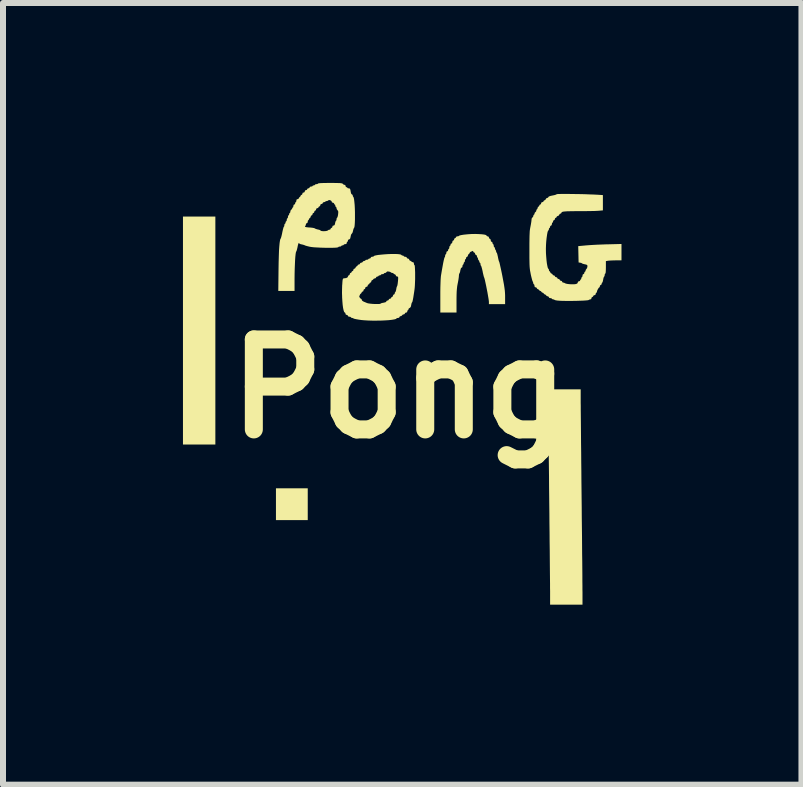
<source format=kicad_pcb>
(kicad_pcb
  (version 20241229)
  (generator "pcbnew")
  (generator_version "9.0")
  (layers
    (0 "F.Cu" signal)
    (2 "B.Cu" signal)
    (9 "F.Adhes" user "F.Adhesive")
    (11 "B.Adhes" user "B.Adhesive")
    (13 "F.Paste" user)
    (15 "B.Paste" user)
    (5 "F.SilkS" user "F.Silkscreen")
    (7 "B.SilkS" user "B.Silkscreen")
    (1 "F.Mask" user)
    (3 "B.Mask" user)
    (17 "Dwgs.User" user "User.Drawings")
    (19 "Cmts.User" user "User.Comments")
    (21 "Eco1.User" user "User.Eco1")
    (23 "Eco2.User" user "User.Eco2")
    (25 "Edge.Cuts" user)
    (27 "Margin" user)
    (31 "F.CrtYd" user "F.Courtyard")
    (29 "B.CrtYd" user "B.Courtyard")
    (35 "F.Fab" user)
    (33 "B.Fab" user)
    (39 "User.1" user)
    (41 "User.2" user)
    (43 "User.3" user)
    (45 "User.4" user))
  (footprint "Pong"
    (layer "F.Cu")
    (at 3.61 3.43)
    (property "Reference" "Pong" (at 0 0 0) (layer "F.SilkS") (effects (font (size 1.5 1.5) (thickness 0.3))))
    (attr board_only exclude_from_pos_files exclude_from_bom)
    (fp_poly (pts (xy -3.07 -0.97) (xy -3.07 0.93) (xy -3.34 0.93) (xy -3.61 0.93) (xy -3.61 -0.97) (xy -3.61 -2.87) (xy -3.34 -2.87) (xy -3.07 -2.87)) (stroke (width 0) (type solid)) (fill yes) (layer "F.SilkS"))
    (fp_poly (pts (xy -1.53 1.925) (xy -1.53 2.19) (xy -1.795 2.19) (xy -2.06 2.19) (xy -2.06 1.925) (xy -2.06 1.66) (xy -1.795 1.66) (xy -1.53 1.66)) (stroke (width 0) (type solid)) (fill yes) (layer "F.SilkS"))
    (fp_poly (pts (xy 3.02 0.203) (xy 3.02 0.236) (xy 3.021 0.287) (xy 3.021 0.357) (xy 3.022 0.442) (xy 3.023 0.541) (xy 3.024 0.654) (xy 3.025 0.779) (xy 3.026 0.915) (xy 3.028 1.06) (xy 3.029 1.213) (xy 3.031 1.372) (xy 3.032 1.536) (xy 3.034 1.705) (xy 3.035 1.805) (xy 3.037 1.975) (xy 3.038 2.142) (xy 3.04 2.305) (xy 3.042 2.462) (xy 3.043 2.611) (xy 3.044 2.752) (xy 3.046 2.884) (xy 3.047 3.004) (xy 3.048 3.112) (xy 3.048 3.205) (xy 3.049 3.284) (xy 3.049 3.346) (xy 3.05 3.39) (xy 3.05 3.408) (xy 3.05 3.6) (xy 2.78 3.6) (xy 2.51 3.6) (xy 2.51 3.408) (xy 2.51 3.374) (xy 2.509 3.323) (xy 2.509 3.253) (xy 2.508 3.168) (xy 2.507 3.069) (xy 2.506 2.956) (xy 2.505 2.831) (xy 2.504 2.695) (xy 2.502 2.55) (xy 2.501 2.397) (xy 2.499 2.238) (xy 2.498 2.074) (xy 2.496 1.905) (xy 2.495 1.805) (xy 2.493 1.635) (xy 2.492 1.468) (xy 2.49 1.305) (xy 2.488 1.148) (xy 2.487 0.999) (xy 2.486 0.858) (xy 2.484 0.726) (xy 2.483 0.606) (xy 2.482 0.498) (xy 2.482 0.405) (xy 2.481 0.326) (xy 2.481 0.264) (xy 2.48 0.22) (xy 2.48 0.203) (xy 2.48 0.01) (xy 2.75 0.01) (xy 3.02 0.01)) (stroke (width 0) (type solid)) (fill yes) (layer "F.SilkS"))
    (fp_poly (pts (xy 1.32 -2.578) (xy 1.37 -2.575) (xy 1.411 -2.57) (xy 1.439 -2.563) (xy 1.45 -2.554) (xy 1.45 -2.554) (xy 1.458 -2.543) (xy 1.47 -2.54) (xy 1.487 -2.533) (xy 1.49 -2.52) (xy 1.496 -2.504) (xy 1.505 -2.5) (xy 1.517 -2.491) (xy 1.52 -2.475) (xy 1.525 -2.455) (xy 1.535 -2.45) (xy 1.547 -2.442) (xy 1.55 -2.43) (xy 1.554 -2.414) (xy 1.56 -2.41) (xy 1.568 -2.401) (xy 1.57 -2.385) (xy 1.573 -2.366) (xy 1.58 -2.36) (xy 1.588 -2.352) (xy 1.59 -2.341) (xy 1.595 -2.321) (xy 1.6 -2.315) (xy 1.608 -2.301) (xy 1.61 -2.289) (xy 1.614 -2.273) (xy 1.618 -2.27) (xy 1.624 -2.261) (xy 1.631 -2.237) (xy 1.639 -2.203) (xy 1.64 -2.197) (xy 1.647 -2.162) (xy 1.654 -2.134) (xy 1.659 -2.12) (xy 1.66 -2.12) (xy 1.664 -2.109) (xy 1.671 -2.081) (xy 1.68 -2.04) (xy 1.692 -1.987) (xy 1.705 -1.925) (xy 1.714 -1.88) (xy 1.729 -1.8) (xy 1.741 -1.735) (xy 1.749 -1.682) (xy 1.755 -1.637) (xy 1.758 -1.597) (xy 1.76 -1.556) (xy 1.76 -1.528) (xy 1.76 -1.41) (xy 1.625 -1.41) (xy 1.49 -1.41) (xy 1.49 -1.448) (xy 1.488 -1.469) (xy 1.483 -1.504) (xy 1.475 -1.55) (xy 1.466 -1.603) (xy 1.455 -1.659) (xy 1.444 -1.715) (xy 1.433 -1.766) (xy 1.424 -1.808) (xy 1.416 -1.839) (xy 1.411 -1.855) (xy 1.41 -1.855) (xy 1.405 -1.869) (xy 1.398 -1.897) (xy 1.389 -1.935) (xy 1.385 -1.958) (xy 1.376 -1.997) (xy 1.367 -2.029) (xy 1.361 -2.047) (xy 1.358 -2.05) (xy 1.352 -2.059) (xy 1.35 -2.075) (xy 1.347 -2.094) (xy 1.34 -2.1) (xy 1.332 -2.108) (xy 1.33 -2.12) (xy 1.326 -2.136) (xy 1.32 -2.14) (xy 1.312 -2.148) (xy 1.31 -2.159) (xy 1.305 -2.179) (xy 1.3 -2.185) (xy 1.292 -2.199) (xy 1.29 -2.211) (xy 1.284 -2.226) (xy 1.275 -2.23) (xy 1.263 -2.238) (xy 1.26 -2.25) (xy 1.254 -2.266) (xy 1.245 -2.27) (xy 1.232 -2.278) (xy 1.23 -2.286) (xy 1.224 -2.297) (xy 1.218 -2.296) (xy 1.197 -2.287) (xy 1.188 -2.284) (xy 1.173 -2.273) (xy 1.17 -2.265) (xy 1.162 -2.251) (xy 1.155 -2.246) (xy 1.143 -2.233) (xy 1.14 -2.22) (xy 1.134 -2.204) (xy 1.125 -2.2) (xy 1.113 -2.192) (xy 1.11 -2.18) (xy 1.106 -2.164) (xy 1.1 -2.16) (xy 1.092 -2.151) (xy 1.09 -2.135) (xy 1.087 -2.116) (xy 1.08 -2.11) (xy 1.072 -2.102) (xy 1.07 -2.09) (xy 1.066 -2.074) (xy 1.06 -2.07) (xy 1.052 -2.061) (xy 1.05 -2.045) (xy 1.045 -2.025) (xy 1.036 -2.02) (xy 1.024 -2.01) (xy 1.016 -1.982) (xy 1.014 -1.975) (xy 1.009 -1.947) (xy 1.002 -1.928) (xy 0.999 -1.924) (xy 0.993 -1.911) (xy 0.99 -1.888) (xy 0.99 -1.886) (xy 0.988 -1.861) (xy 0.983 -1.824) (xy 0.975 -1.779) (xy 0.97 -1.755) (xy 0.962 -1.713) (xy 0.957 -1.67) (xy 0.953 -1.623) (xy 0.951 -1.566) (xy 0.95 -1.495) (xy 0.95 -1.464) (xy 0.95 -1.27) (xy 0.815 -1.27) (xy 0.68 -1.27) (xy 0.68 -1.541) (xy 0.68 -1.617) (xy 0.681 -1.69) (xy 0.683 -1.756) (xy 0.685 -1.812) (xy 0.688 -1.855) (xy 0.69 -1.879) (xy 0.704 -1.963) (xy 0.717 -2.036) (xy 0.728 -2.097) (xy 0.738 -2.144) (xy 0.746 -2.176) (xy 0.751 -2.19) (xy 0.752 -2.19) (xy 0.758 -2.199) (xy 0.76 -2.215) (xy 0.763 -2.234) (xy 0.77 -2.24) (xy 0.778 -2.249) (xy 0.78 -2.265) (xy 0.785 -2.285) (xy 0.795 -2.29) (xy 0.807 -2.298) (xy 0.81 -2.31) (xy 0.814 -2.326) (xy 0.82 -2.33) (xy 0.828 -2.339) (xy 0.83 -2.355) (xy 0.833 -2.374) (xy 0.84 -2.38) (xy 0.848 -2.388) (xy 0.85 -2.4) (xy 0.856 -2.416) (xy 0.865 -2.42) (xy 0.877 -2.429) (xy 0.88 -2.445) (xy 0.885 -2.465) (xy 0.895 -2.47) (xy 0.907 -2.478) (xy 0.91 -2.49) (xy 0.916 -2.506) (xy 0.925 -2.51) (xy 0.938 -2.518) (xy 0.94 -2.525) (xy 0.949 -2.537) (xy 0.964 -2.54) (xy 0.984 -2.543) (xy 0.992 -2.549) (xy 1.002 -2.555) (xy 1.028 -2.561) (xy 1.064 -2.567) (xy 1.08 -2.569) (xy 1.139 -2.575) (xy 1.201 -2.579) (xy 1.262 -2.58)) (stroke (width 0) (type solid)) (fill yes) (layer "F.SilkS"))
    (fp_poly (pts (xy -0.035 -2.245) (xy 0.001 -2.241) (xy 0.023 -2.236) (xy 0.028 -2.232) (xy 0.04 -2.222) (xy 0.051 -2.22) (xy 0.067 -2.216) (xy 0.07 -2.21) (xy 0.079 -2.202) (xy 0.095 -2.2) (xy 0.115 -2.195) (xy 0.12 -2.185) (xy 0.128 -2.173) (xy 0.14 -2.17) (xy 0.157 -2.163) (xy 0.16 -2.154) (xy 0.168 -2.139) (xy 0.18 -2.133) (xy 0.196 -2.125) (xy 0.2 -2.119) (xy 0.208 -2.112) (xy 0.22 -2.11) (xy 0.236 -2.104) (xy 0.24 -2.085) (xy 0.243 -2.066) (xy 0.25 -2.06) (xy 0.254 -2.051) (xy 0.256 -2.025) (xy 0.258 -1.986) (xy 0.26 -1.938) (xy 0.26 -1.884) (xy 0.26 -1.828) (xy 0.258 -1.773) (xy 0.256 -1.723) (xy 0.253 -1.682) (xy 0.25 -1.656) (xy 0.244 -1.614) (xy 0.236 -1.563) (xy 0.229 -1.518) (xy 0.222 -1.481) (xy 0.216 -1.454) (xy 0.21 -1.441) (xy 0.209 -1.44) (xy 0.203 -1.431) (xy 0.197 -1.409) (xy 0.195 -1.396) (xy 0.187 -1.364) (xy 0.174 -1.349) (xy 0.169 -1.347) (xy 0.153 -1.336) (xy 0.15 -1.326) (xy 0.145 -1.312) (xy 0.14 -1.31) (xy 0.132 -1.302) (xy 0.13 -1.29) (xy 0.123 -1.273) (xy 0.11 -1.27) (xy 0.094 -1.264) (xy 0.09 -1.255) (xy 0.082 -1.243) (xy 0.07 -1.24) (xy 0.05 -1.233) (xy 0.044 -1.225) (xy 0.03 -1.212) (xy 0.019 -1.21) (xy 0.003 -1.203) (xy 0 -1.195) (xy -0.009 -1.183) (xy -0.025 -1.18) (xy -0.044 -1.177) (xy -0.05 -1.172) (xy -0.06 -1.163) (xy -0.086 -1.156) (xy -0.127 -1.149) (xy -0.18 -1.143) (xy -0.242 -1.139) (xy -0.31 -1.136) (xy -0.381 -1.135) (xy -0.453 -1.135) (xy -0.523 -1.137) (xy -0.587 -1.141) (xy -0.634 -1.145) (xy -0.682 -1.152) (xy -0.722 -1.159) (xy -0.751 -1.165) (xy -0.764 -1.17) (xy -0.782 -1.179) (xy -0.792 -1.18) (xy -0.807 -1.185) (xy -0.81 -1.19) (xy -0.819 -1.198) (xy -0.835 -1.2) (xy -0.855 -1.205) (xy -0.86 -1.215) (xy -0.868 -1.227) (xy -0.88 -1.23) (xy -0.897 -1.237) (xy -0.9 -1.25) (xy -0.906 -1.266) (xy -0.913 -1.27) (xy -0.923 -1.28) (xy -0.932 -1.306) (xy -0.941 -1.347) (xy -0.948 -1.399) (xy -0.953 -1.46) (xy -0.957 -1.526) (xy -0.957 -1.542) (xy -0.672 -1.542) (xy -0.667 -1.525) (xy -0.654 -1.507) (xy -0.642 -1.5) (xy -0.632 -1.492) (xy -0.63 -1.482) (xy -0.621 -1.466) (xy -0.598 -1.452) (xy -0.598 -1.452) (xy -0.569 -1.44) (xy -0.545 -1.43) (xy -0.545 -1.429) (xy -0.522 -1.423) (xy -0.488 -1.418) (xy -0.447 -1.414) (xy -0.404 -1.412) (xy -0.365 -1.412) (xy -0.334 -1.413) (xy -0.317 -1.417) (xy -0.316 -1.419) (xy -0.303 -1.426) (xy -0.278 -1.432) (xy -0.265 -1.434) (xy -0.233 -1.442) (xy -0.22 -1.453) (xy -0.22 -1.456) (xy -0.212 -1.467) (xy -0.2 -1.47) (xy -0.184 -1.476) (xy -0.18 -1.485) (xy -0.172 -1.497) (xy -0.16 -1.5) (xy -0.144 -1.506) (xy -0.14 -1.515) (xy -0.132 -1.528) (xy -0.125 -1.53) (xy -0.113 -1.538) (xy -0.11 -1.55) (xy -0.104 -1.566) (xy -0.095 -1.57) (xy -0.083 -1.578) (xy -0.08 -1.59) (xy -0.076 -1.606) (xy -0.071 -1.61) (xy -0.065 -1.619) (xy -0.058 -1.642) (xy -0.055 -1.657) (xy -0.05 -1.686) (xy -0.043 -1.706) (xy -0.04 -1.71) (xy -0.036 -1.722) (xy -0.031 -1.748) (xy -0.027 -1.784) (xy -0.026 -1.792) (xy -0.023 -1.831) (xy -0.023 -1.854) (xy -0.026 -1.866) (xy -0.033 -1.87) (xy -0.04 -1.87) (xy -0.057 -1.877) (xy -0.06 -1.886) (xy -0.068 -1.901) (xy -0.08 -1.907) (xy -0.096 -1.915) (xy -0.1 -1.921) (xy -0.108 -1.928) (xy -0.119 -1.93) (xy -0.137 -1.934) (xy -0.142 -1.938) (xy -0.153 -1.946) (xy -0.175 -1.953) (xy -0.178 -1.953) (xy -0.203 -1.955) (xy -0.215 -1.947) (xy -0.216 -1.945) (xy -0.23 -1.932) (xy -0.241 -1.93) (xy -0.257 -1.926) (xy -0.26 -1.92) (xy -0.269 -1.912) (xy -0.285 -1.91) (xy -0.304 -1.907) (xy -0.31 -1.9) (xy -0.318 -1.892) (xy -0.33 -1.89) (xy -0.346 -1.886) (xy -0.35 -1.88) (xy -0.358 -1.872) (xy -0.37 -1.87) (xy -0.386 -1.864) (xy -0.39 -1.855) (xy -0.398 -1.843) (xy -0.41 -1.84) (xy -0.43 -1.833) (xy -0.436 -1.825) (xy -0.449 -1.812) (xy -0.456 -1.81) (xy -0.467 -1.802) (xy -0.47 -1.79) (xy -0.476 -1.774) (xy -0.485 -1.77) (xy -0.498 -1.762) (xy -0.5 -1.755) (xy -0.508 -1.742) (xy -0.515 -1.74) (xy -0.527 -1.732) (xy -0.53 -1.72) (xy -0.537 -1.703) (xy -0.55 -1.7) (xy -0.567 -1.693) (xy -0.57 -1.68) (xy -0.576 -1.664) (xy -0.585 -1.66) (xy -0.597 -1.652) (xy -0.6 -1.64) (xy -0.606 -1.624) (xy -0.615 -1.62) (xy -0.628 -1.613) (xy -0.63 -1.606) (xy -0.638 -1.591) (xy -0.645 -1.586) (xy -0.658 -1.573) (xy -0.66 -1.565) (xy -0.665 -1.552) (xy -0.669 -1.55) (xy -0.672 -1.542) (xy -0.957 -1.542) (xy -0.959 -1.596) (xy -0.958 -1.665) (xy -0.956 -1.73) (xy -0.955 -1.732) (xy -0.952 -1.78) (xy -0.949 -1.811) (xy -0.944 -1.829) (xy -0.939 -1.837) (xy -0.93 -1.84) (xy -0.927 -1.84) (xy -0.889 -1.845) (xy -0.866 -1.857) (xy -0.86 -1.871) (xy -0.853 -1.887) (xy -0.845 -1.89) (xy -0.833 -1.898) (xy -0.83 -1.91) (xy -0.824 -1.926) (xy -0.815 -1.93) (xy -0.802 -1.938) (xy -0.8 -1.945) (xy -0.792 -1.958) (xy -0.785 -1.96) (xy -0.773 -1.968) (xy -0.77 -1.98) (xy -0.763 -1.997) (xy -0.754 -2) (xy -0.739 -2.008) (xy -0.733 -2.02) (xy -0.723 -2.036) (xy -0.714 -2.04) (xy -0.702 -2.048) (xy -0.7 -2.055) (xy -0.692 -2.067) (xy -0.68 -2.07) (xy -0.664 -2.076) (xy -0.66 -2.085) (xy -0.652 -2.097) (xy -0.64 -2.1) (xy -0.62 -2.107) (xy -0.614 -2.115) (xy -0.6 -2.128) (xy -0.589 -2.13) (xy -0.573 -2.134) (xy -0.57 -2.14) (xy -0.561 -2.148) (xy -0.545 -2.15) (xy -0.526 -2.153) (xy -0.52 -2.16) (xy -0.512 -2.168) (xy -0.5 -2.17) (xy -0.484 -2.176) (xy -0.48 -2.185) (xy -0.471 -2.197) (xy -0.455 -2.2) (xy -0.436 -2.203) (xy -0.43 -2.208) (xy -0.421 -2.216) (xy -0.395 -2.223) (xy -0.355 -2.23) (xy -0.306 -2.235) (xy -0.251 -2.24) (xy -0.193 -2.244) (xy -0.135 -2.246) (xy -0.081 -2.246)) (stroke (width 0) (type solid)) (fill yes) (layer "F.SilkS"))
    (fp_poly (pts (xy -1.086 -3.43) (xy -1.033 -3.429) (xy -0.995 -3.428) (xy -0.97 -3.425) (xy -0.955 -3.422) (xy -0.948 -3.418) (xy -0.946 -3.415) (xy -0.933 -3.403) (xy -0.92 -3.4) (xy -0.903 -3.393) (xy -0.9 -3.38) (xy -0.894 -3.364) (xy -0.885 -3.36) (xy -0.872 -3.355) (xy -0.87 -3.35) (xy -0.861 -3.342) (xy -0.846 -3.34) (xy -0.831 -3.338) (xy -0.823 -3.327) (xy -0.817 -3.304) (xy -0.815 -3.29) (xy -0.808 -3.256) (xy -0.797 -3.241) (xy -0.794 -3.24) (xy -0.783 -3.232) (xy -0.78 -3.221) (xy -0.776 -3.203) (xy -0.77 -3.198) (xy -0.764 -3.186) (xy -0.758 -3.158) (xy -0.753 -3.116) (xy -0.748 -3.064) (xy -0.745 -3.005) (xy -0.743 -2.943) (xy -0.743 -2.88) (xy -0.743 -2.821) (xy -0.745 -2.768) (xy -0.748 -2.725) (xy -0.752 -2.695) (xy -0.758 -2.681) (xy -0.758 -2.681) (xy -0.766 -2.668) (xy -0.773 -2.643) (xy -0.775 -2.633) (xy -0.782 -2.606) (xy -0.792 -2.589) (xy -0.795 -2.586) (xy -0.805 -2.574) (xy -0.813 -2.549) (xy -0.815 -2.536) (xy -0.822 -2.506) (xy -0.831 -2.493) (xy -0.841 -2.49) (xy -0.857 -2.482) (xy -0.86 -2.47) (xy -0.864 -2.454) (xy -0.87 -2.45) (xy -0.878 -2.442) (xy -0.88 -2.43) (xy -0.886 -2.414) (xy -0.905 -2.41) (xy -0.924 -2.407) (xy -0.93 -2.4) (xy -0.938 -2.392) (xy -0.95 -2.39) (xy -0.966 -2.386) (xy -0.97 -2.38) (xy -0.979 -2.372) (xy -0.995 -2.37) (xy -1.014 -2.367) (xy -1.02 -2.36) (xy -1.029 -2.356) (xy -1.056 -2.352) (xy -1.095 -2.35) (xy -1.145 -2.349) (xy -1.201 -2.349) (xy -1.262 -2.35) (xy -1.322 -2.352) (xy -1.38 -2.355) (xy -1.431 -2.358) (xy -1.473 -2.363) (xy -1.497 -2.367) (xy -1.534 -2.376) (xy -1.563 -2.384) (xy -1.579 -2.39) (xy -1.58 -2.391) (xy -1.592 -2.396) (xy -1.617 -2.403) (xy -1.627 -2.405) (xy -1.653 -2.411) (xy -1.668 -2.418) (xy -1.67 -2.421) (xy -1.677 -2.43) (xy -1.679 -2.43) (xy -1.685 -2.421) (xy -1.693 -2.397) (xy -1.7 -2.364) (xy -1.7 -2.362) (xy -1.708 -2.328) (xy -1.715 -2.302) (xy -1.721 -2.289) (xy -1.721 -2.289) (xy -1.727 -2.276) (xy -1.732 -2.246) (xy -1.737 -2.2) (xy -1.741 -2.143) (xy -1.744 -2.075) (xy -1.747 -2) (xy -1.749 -1.92) (xy -1.75 -1.839) (xy -1.75 -1.837) (xy -1.75 -1.63) (xy -1.886 -1.63) (xy -2.021 -1.63) (xy -2.017 -1.988) (xy -2.015 -2.112) (xy -2.012 -2.217) (xy -2.009 -2.305) (xy -2.004 -2.375) (xy -1.999 -2.429) (xy -1.993 -2.469) (xy -1.987 -2.494) (xy -1.981 -2.503) (xy -1.975 -2.518) (xy -1.967 -2.547) (xy -1.958 -2.586) (xy -1.954 -2.608) (xy -1.945 -2.648) (xy -1.937 -2.679) (xy -1.931 -2.697) (xy -1.928 -2.7) (xy -1.925 -2.704) (xy -1.577 -2.704) (xy -1.572 -2.698) (xy -1.554 -2.693) (xy -1.521 -2.689) (xy -1.486 -2.687) (xy -1.451 -2.683) (xy -1.424 -2.678) (xy -1.411 -2.672) (xy -1.411 -2.672) (xy -1.398 -2.665) (xy -1.373 -2.657) (xy -1.363 -2.655) (xy -1.337 -2.649) (xy -1.322 -2.642) (xy -1.32 -2.64) (xy -1.311 -2.632) (xy -1.289 -2.627) (xy -1.26 -2.626) (xy -1.23 -2.628) (xy -1.205 -2.633) (xy -1.192 -2.641) (xy -1.192 -2.641) (xy -1.18 -2.649) (xy -1.169 -2.65) (xy -1.153 -2.656) (xy -1.15 -2.665) (xy -1.142 -2.678) (xy -1.135 -2.68) (xy -1.123 -2.688) (xy -1.12 -2.7) (xy -1.113 -2.717) (xy -1.1 -2.72) (xy -1.086 -2.725) (xy -1.077 -2.742) (xy -1.074 -2.76) (xy -1.068 -2.785) (xy -1.061 -2.799) (xy -1.059 -2.8) (xy -1.052 -2.809) (xy -1.05 -2.825) (xy -1.047 -2.844) (xy -1.041 -2.85) (xy -1.035 -2.859) (xy -1.028 -2.882) (xy -1.024 -2.907) (xy -1.021 -2.941) (xy -1.023 -2.961) (xy -1.031 -2.973) (xy -1.034 -2.975) (xy -1.047 -2.995) (xy -1.05 -3.009) (xy -1.054 -3.026) (xy -1.06 -3.03) (xy -1.068 -3.038) (xy -1.07 -3.05) (xy -1.074 -3.066) (xy -1.08 -3.07) (xy -1.089 -3.078) (xy -1.09 -3.085) (xy -1.098 -3.097) (xy -1.11 -3.1) (xy -1.127 -3.107) (xy -1.13 -3.119) (xy -1.138 -3.132) (xy -1.155 -3.142) (xy -1.174 -3.146) (xy -1.187 -3.141) (xy -1.188 -3.139) (xy -1.2 -3.131) (xy -1.21 -3.13) (xy -1.229 -3.125) (xy -1.235 -3.12) (xy -1.249 -3.112) (xy -1.261 -3.11) (xy -1.276 -3.104) (xy -1.28 -3.095) (xy -1.288 -3.083) (xy -1.3 -3.08) (xy -1.317 -3.073) (xy -1.32 -3.06) (xy -1.326 -3.044) (xy -1.335 -3.04) (xy -1.348 -3.032) (xy -1.35 -3.025) (xy -1.358 -3.013) (xy -1.37 -3.01) (xy -1.387 -3.003) (xy -1.39 -2.99) (xy -1.396 -2.974) (xy -1.405 -2.97) (xy -1.417 -2.962) (xy -1.42 -2.95) (xy -1.426 -2.934) (xy -1.435 -2.93) (xy -1.447 -2.922) (xy -1.45 -2.91) (xy -1.456 -2.894) (xy -1.465 -2.89) (xy -1.477 -2.882) (xy -1.48 -2.871) (xy -1.487 -2.852) (xy -1.495 -2.846) (xy -1.508 -2.833) (xy -1.51 -2.825) (xy -1.515 -2.812) (xy -1.52 -2.81) (xy -1.528 -2.801) (xy -1.53 -2.785) (xy -1.535 -2.765) (xy -1.545 -2.76) (xy -1.558 -2.752) (xy -1.56 -2.742) (xy -1.566 -2.72) (xy -1.572 -2.712) (xy -1.577 -2.704) (xy -1.925 -2.704) (xy -1.922 -2.709) (xy -1.92 -2.725) (xy -1.917 -2.744) (xy -1.91 -2.75) (xy -1.902 -2.758) (xy -1.9 -2.77) (xy -1.896 -2.786) (xy -1.89 -2.79) (xy -1.882 -2.799) (xy -1.88 -2.815) (xy -1.877 -2.834) (xy -1.87 -2.84) (xy -1.862 -2.849) (xy -1.86 -2.865) (xy -1.857 -2.884) (xy -1.85 -2.89) (xy -1.842 -2.898) (xy -1.84 -2.91) (xy -1.836 -2.926) (xy -1.83 -2.93) (xy -1.822 -2.939) (xy -1.82 -2.954) (xy -1.814 -2.975) (xy -1.805 -2.984) (xy -1.792 -2.997) (xy -1.79 -3.005) (xy -1.785 -3.018) (xy -1.78 -3.02) (xy -1.772 -3.029) (xy -1.77 -3.045) (xy -1.765 -3.065) (xy -1.755 -3.07) (xy -1.743 -3.078) (xy -1.74 -3.09) (xy -1.736 -3.106) (xy -1.73 -3.11) (xy -1.722 -3.119) (xy -1.72 -3.135) (xy -1.715 -3.155) (xy -1.7 -3.16) (xy -1.684 -3.166) (xy -1.68 -3.174) (xy -1.672 -3.189) (xy -1.665 -3.194) (xy -1.652 -3.207) (xy -1.65 -3.215) (xy -1.642 -3.228) (xy -1.635 -3.23) (xy -1.623 -3.238) (xy -1.62 -3.25) (xy -1.613 -3.267) (xy -1.6 -3.27) (xy -1.583 -3.277) (xy -1.58 -3.29) (xy -1.573 -3.307) (xy -1.56 -3.31) (xy -1.544 -3.316) (xy -1.54 -3.325) (xy -1.532 -3.337) (xy -1.52 -3.34) (xy -1.504 -3.346) (xy -1.5 -3.355) (xy -1.491 -3.367) (xy -1.475 -3.37) (xy -1.456 -3.373) (xy -1.45 -3.38) (xy -1.442 -3.388) (xy -1.43 -3.39) (xy -1.414 -3.394) (xy -1.41 -3.4) (xy -1.401 -3.408) (xy -1.385 -3.41) (xy -1.366 -3.413) (xy -1.36 -3.42) (xy -1.35 -3.424) (xy -1.322 -3.427) (xy -1.275 -3.429) (xy -1.212 -3.43) (xy -1.156 -3.43)) (stroke (width 0) (type solid)) (fill yes) (layer "F.SilkS"))
    (fp_poly (pts (xy 2.814 -3.247) (xy 2.884 -3.246) (xy 2.958 -3.245) (xy 3.033 -3.244) (xy 3.106 -3.242) (xy 3.176 -3.239) (xy 3.239 -3.237) (xy 3.293 -3.234) (xy 3.297 -3.234) (xy 3.39 -3.228) (xy 3.39 -3.101) (xy 3.39 -2.973) (xy 3.322 -2.967) (xy 3.293 -2.965) (xy 3.248 -2.963) (xy 3.19 -2.962) (xy 3.123 -2.961) (xy 3.052 -2.96) (xy 3.009 -2.96) (xy 2.921 -2.96) (xy 2.85 -2.959) (xy 2.796 -2.958) (xy 2.756 -2.955) (xy 2.729 -2.952) (xy 2.711 -2.947) (xy 2.702 -2.941) (xy 2.7 -2.934) (xy 2.692 -2.922) (xy 2.684 -2.92) (xy 2.669 -2.912) (xy 2.663 -2.9) (xy 2.651 -2.884) (xy 2.639 -2.88) (xy 2.623 -2.873) (xy 2.62 -2.865) (xy 2.612 -2.852) (xy 2.605 -2.85) (xy 2.593 -2.842) (xy 2.59 -2.83) (xy 2.584 -2.814) (xy 2.575 -2.81) (xy 2.563 -2.802) (xy 2.56 -2.79) (xy 2.556 -2.774) (xy 2.55 -2.77) (xy 2.542 -2.761) (xy 2.54 -2.745) (xy 2.535 -2.725) (xy 2.525 -2.72) (xy 2.513 -2.712) (xy 2.51 -2.7) (xy 2.506 -2.684) (xy 2.5 -2.68) (xy 2.492 -2.672) (xy 2.49 -2.66) (xy 2.487 -2.644) (xy 2.482 -2.64) (xy 2.474 -2.631) (xy 2.466 -2.604) (xy 2.459 -2.565) (xy 2.452 -2.515) (xy 2.446 -2.459) (xy 2.442 -2.4) (xy 2.44 -2.34) (xy 2.44 -2.32) (xy 2.441 -2.261) (xy 2.445 -2.201) (xy 2.45 -2.143) (xy 2.456 -2.091) (xy 2.464 -2.048) (xy 2.471 -2.017) (xy 2.479 -2.001) (xy 2.482 -2) (xy 2.488 -1.992) (xy 2.49 -1.98) (xy 2.494 -1.964) (xy 2.499 -1.96) (xy 2.508 -1.952) (xy 2.513 -1.94) (xy 2.524 -1.924) (xy 2.534 -1.92) (xy 2.548 -1.912) (xy 2.55 -1.905) (xy 2.558 -1.893) (xy 2.57 -1.89) (xy 2.586 -1.884) (xy 2.59 -1.875) (xy 2.598 -1.863) (xy 2.61 -1.86) (xy 2.626 -1.854) (xy 2.63 -1.845) (xy 2.638 -1.833) (xy 2.65 -1.83) (xy 2.666 -1.824) (xy 2.67 -1.815) (xy 2.678 -1.803) (xy 2.69 -1.8) (xy 2.706 -1.794) (xy 2.71 -1.785) (xy 2.718 -1.772) (xy 2.728 -1.77) (xy 2.75 -1.764) (xy 2.757 -1.759) (xy 2.774 -1.752) (xy 2.804 -1.746) (xy 2.843 -1.742) (xy 2.883 -1.741) (xy 2.919 -1.742) (xy 2.934 -1.744) (xy 2.96 -1.752) (xy 2.97 -1.765) (xy 2.97 -1.77) (xy 2.977 -1.787) (xy 2.99 -1.79) (xy 3.006 -1.796) (xy 3.01 -1.805) (xy 3.015 -1.818) (xy 3.02 -1.82) (xy 3.028 -1.828) (xy 3.03 -1.84) (xy 3.034 -1.856) (xy 3.04 -1.86) (xy 3.048 -1.869) (xy 3.05 -1.885) (xy 3.055 -1.905) (xy 3.065 -1.91) (xy 3.077 -1.918) (xy 3.08 -1.93) (xy 3.084 -1.946) (xy 3.09 -1.95) (xy 3.099 -1.958) (xy 3.1 -1.966) (xy 3.107 -1.986) (xy 3.114 -1.994) (xy 3.126 -2.011) (xy 3.132 -2.035) (xy 3.132 -2.053) (xy 3.125 -2.064) (xy 3.105 -2.071) (xy 3.09 -2.074) (xy 3.062 -2.081) (xy 3.043 -2.088) (xy 3.04 -2.091) (xy 3.027 -2.098) (xy 3.01 -2.101) (xy 2.985 -2.105) (xy 2.982 -2.241) (xy 2.979 -2.377) (xy 3.107 -2.389) (xy 3.157 -2.393) (xy 3.221 -2.397) (xy 3.294 -2.401) (xy 3.372 -2.404) (xy 3.449 -2.407) (xy 3.467 -2.407) (xy 3.7 -2.413) (xy 3.7 -2.276) (xy 3.7 -2.14) (xy 3.607 -2.14) (xy 3.561 -2.139) (xy 3.518 -2.137) (xy 3.486 -2.135) (xy 3.478 -2.134) (xy 3.44 -2.127) (xy 3.44 -2.024) (xy 3.439 -1.976) (xy 3.437 -1.941) (xy 3.433 -1.923) (xy 3.43 -1.92) (xy 3.422 -1.911) (xy 3.42 -1.895) (xy 3.417 -1.876) (xy 3.411 -1.87) (xy 3.405 -1.861) (xy 3.398 -1.838) (xy 3.395 -1.82) (xy 3.389 -1.792) (xy 3.383 -1.773) (xy 3.379 -1.77) (xy 3.372 -1.762) (xy 3.37 -1.75) (xy 3.364 -1.734) (xy 3.355 -1.73) (xy 3.343 -1.722) (xy 3.34 -1.71) (xy 3.336 -1.694) (xy 3.331 -1.69) (xy 3.321 -1.682) (xy 3.308 -1.662) (xy 3.296 -1.638) (xy 3.29 -1.617) (xy 3.29 -1.613) (xy 3.284 -1.601) (xy 3.28 -1.6) (xy 3.272 -1.592) (xy 3.27 -1.58) (xy 3.263 -1.563) (xy 3.25 -1.56) (xy 3.234 -1.554) (xy 3.23 -1.545) (xy 3.222 -1.532) (xy 3.215 -1.53) (xy 3.203 -1.522) (xy 3.2 -1.51) (xy 3.193 -1.493) (xy 3.182 -1.49) (xy 3.16 -1.484) (xy 3.152 -1.478) (xy 3.139 -1.475) (xy 3.109 -1.472) (xy 3.066 -1.469) (xy 3.012 -1.467) (xy 2.952 -1.465) (xy 2.888 -1.464) (xy 2.823 -1.463) (xy 2.761 -1.464) (xy 2.705 -1.465) (xy 2.665 -1.467) (xy 2.629 -1.47) (xy 2.6 -1.475) (xy 2.586 -1.48) (xy 2.586 -1.481) (xy 2.568 -1.489) (xy 2.558 -1.49) (xy 2.543 -1.495) (xy 2.54 -1.5) (xy 2.531 -1.508) (xy 2.515 -1.51) (xy 2.495 -1.515) (xy 2.49 -1.525) (xy 2.482 -1.537) (xy 2.471 -1.54) (xy 2.452 -1.547) (xy 2.446 -1.555) (xy 2.434 -1.568) (xy 2.426 -1.57) (xy 2.411 -1.578) (xy 2.406 -1.585) (xy 2.394 -1.598) (xy 2.386 -1.6) (xy 2.371 -1.608) (xy 2.366 -1.615) (xy 2.354 -1.628) (xy 2.346 -1.63) (xy 2.331 -1.638) (xy 2.326 -1.645) (xy 2.313 -1.658) (xy 2.305 -1.66) (xy 2.292 -1.668) (xy 2.29 -1.675) (xy 2.282 -1.687) (xy 2.27 -1.69) (xy 2.254 -1.696) (xy 2.25 -1.715) (xy 2.247 -1.734) (xy 2.24 -1.74) (xy 2.232 -1.748) (xy 2.23 -1.758) (xy 2.225 -1.779) (xy 2.221 -1.786) (xy 2.215 -1.799) (xy 2.207 -1.827) (xy 2.197 -1.866) (xy 2.188 -1.905) (xy 2.182 -1.938) (xy 2.176 -1.968) (xy 2.172 -1.999) (xy 2.169 -2.033) (xy 2.167 -2.073) (xy 2.166 -2.122) (xy 2.165 -2.183) (xy 2.165 -2.26) (xy 2.165 -2.32) (xy 2.165 -2.411) (xy 2.166 -2.486) (xy 2.167 -2.545) (xy 2.169 -2.592) (xy 2.171 -2.63) (xy 2.175 -2.662) (xy 2.18 -2.689) (xy 2.183 -2.704) (xy 2.191 -2.746) (xy 2.197 -2.784) (xy 2.2 -2.812) (xy 2.2 -2.815) (xy 2.204 -2.841) (xy 2.215 -2.854) (xy 2.227 -2.867) (xy 2.23 -2.88) (xy 2.234 -2.896) (xy 2.24 -2.9) (xy 2.248 -2.908) (xy 2.25 -2.919) (xy 2.257 -2.938) (xy 2.265 -2.944) (xy 2.277 -2.957) (xy 2.28 -2.97) (xy 2.284 -2.986) (xy 2.29 -2.99) (xy 2.298 -2.998) (xy 2.3 -3.009) (xy 2.307 -3.028) (xy 2.315 -3.034) (xy 2.328 -3.047) (xy 2.33 -3.055) (xy 2.338 -3.068) (xy 2.345 -3.07) (xy 2.357 -3.078) (xy 2.36 -3.09) (xy 2.367 -3.107) (xy 2.38 -3.11) (xy 2.396 -3.116) (xy 2.4 -3.125) (xy 2.408 -3.138) (xy 2.416 -3.14) (xy 2.431 -3.148) (xy 2.437 -3.16) (xy 2.449 -3.176) (xy 2.461 -3.18) (xy 2.477 -3.186) (xy 2.48 -3.194) (xy 2.489 -3.204) (xy 2.517 -3.214) (xy 2.55 -3.221) (xy 2.584 -3.228) (xy 2.609 -3.236) (xy 2.62 -3.242) (xy 2.62 -3.243) (xy 2.63 -3.245) (xy 2.656 -3.246) (xy 2.698 -3.247) (xy 2.752 -3.247)) (stroke (width 0) (type solid)) (fill yes) (layer "F.SilkS")))
  (gr_rect
    (start -3 -3)
    (end 10.31 10.03)
    (stroke (width 0.1) (type default))
    (fill no)
    (layer "Edge.Cuts")))
</source>
